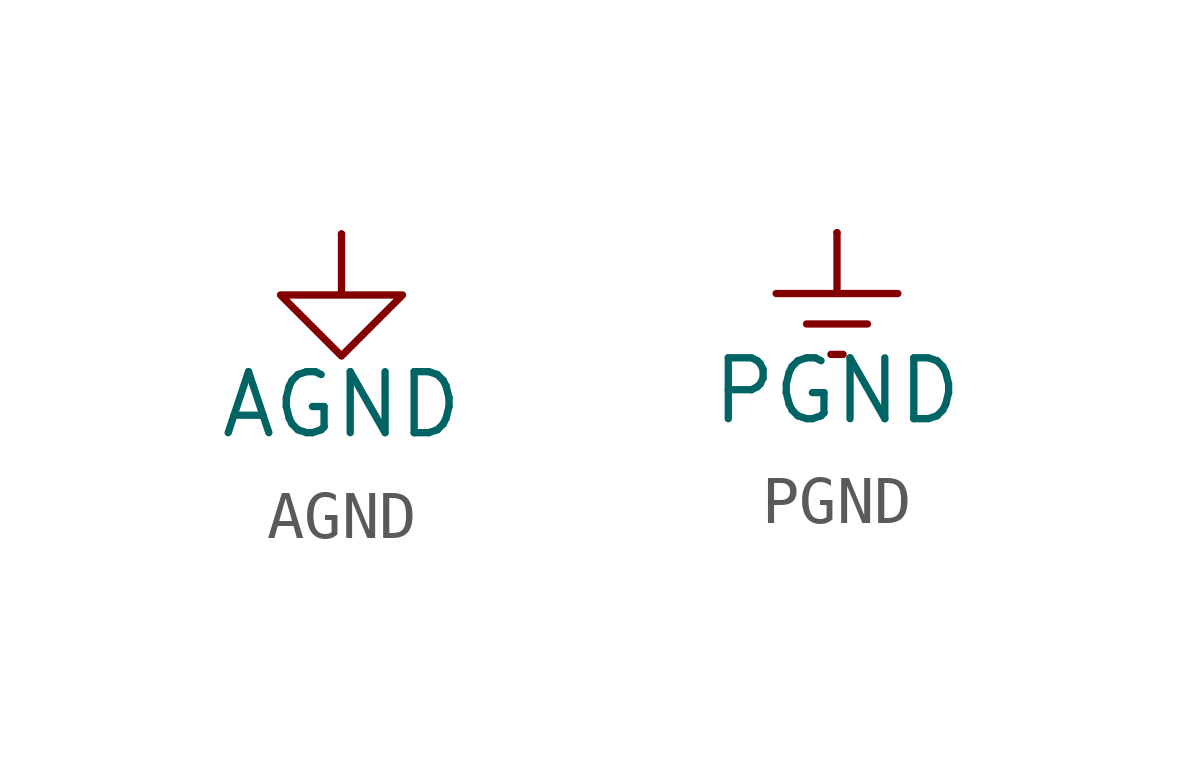
<source format=kicad_sym>
(kicad_symbol_lib
  (version 20231120)
  (generator "kicad_symbol_editor")
  (generator_version "8.0")
  (symbol "AGND"
    (power)
    (pin_numbers hide)
    (pin_names hide)
    (property "Reference" "#PWR"
      (at -0.254 0 0)
      (effects (font (size 1.27 1.27)) (hide yes)))
    (property "Value" "AGND"
      (at 0 -3.556 0)
      (effects (font (size 1.27 1.27))))
    (symbol "AGND_0_1"
      (polyline (pts (xy 0 0) (xy 0 -1.27) (xy 1.27 -1.27) (xy 0 -2.54) (xy -1.27 -1.27) (xy 0 -1.27)) (stroke (width 0) (type default)) (fill (type none))))
    (symbol "AGND_1_1"
      (pin power_in line (at 0 0 270) (length 0) (name "~" (effects (font (size 1.27 1.27)))) (number "1" (effects (font (size 1.27 1.27)))))))
  (symbol "PGND"
    (power)
    (pin_numbers hide)
    (pin_names hide)
    (property "Reference" "#PWR"
      (at -0.254 -0.254 0)
      (effects (font (size 1.27 1.27)) (hide yes)))
    (property "Value" "PGND"
      (at 0 -3.302 0)
      (effects (font (size 1.27 1.27))))
    (symbol "PGND_0_1"
      (polyline (pts (xy -0.635 -1.905) (xy 0.635 -1.905)) (stroke (width 0) (type default)) (fill (type none)))
      (polyline (pts (xy -0.127 -2.54) (xy 0.127 -2.54)) (stroke (width 0) (type default)) (fill (type none)))
      (polyline (pts (xy 0 -1.27) (xy 0 0)) (stroke (width 0) (type default)) (fill (type none)))
      (polyline (pts (xy 1.27 -1.27) (xy -1.27 -1.27)) (stroke (width 0) (type default)) (fill (type none))))
    (symbol "PGND_1_1"
      (pin power_in line (at 0 0 270) (length 0) (name "~" (effects (font (size 1.27 1.27)))) (number "" (effects (font (size 1.27 1.27))))))))
</source>
